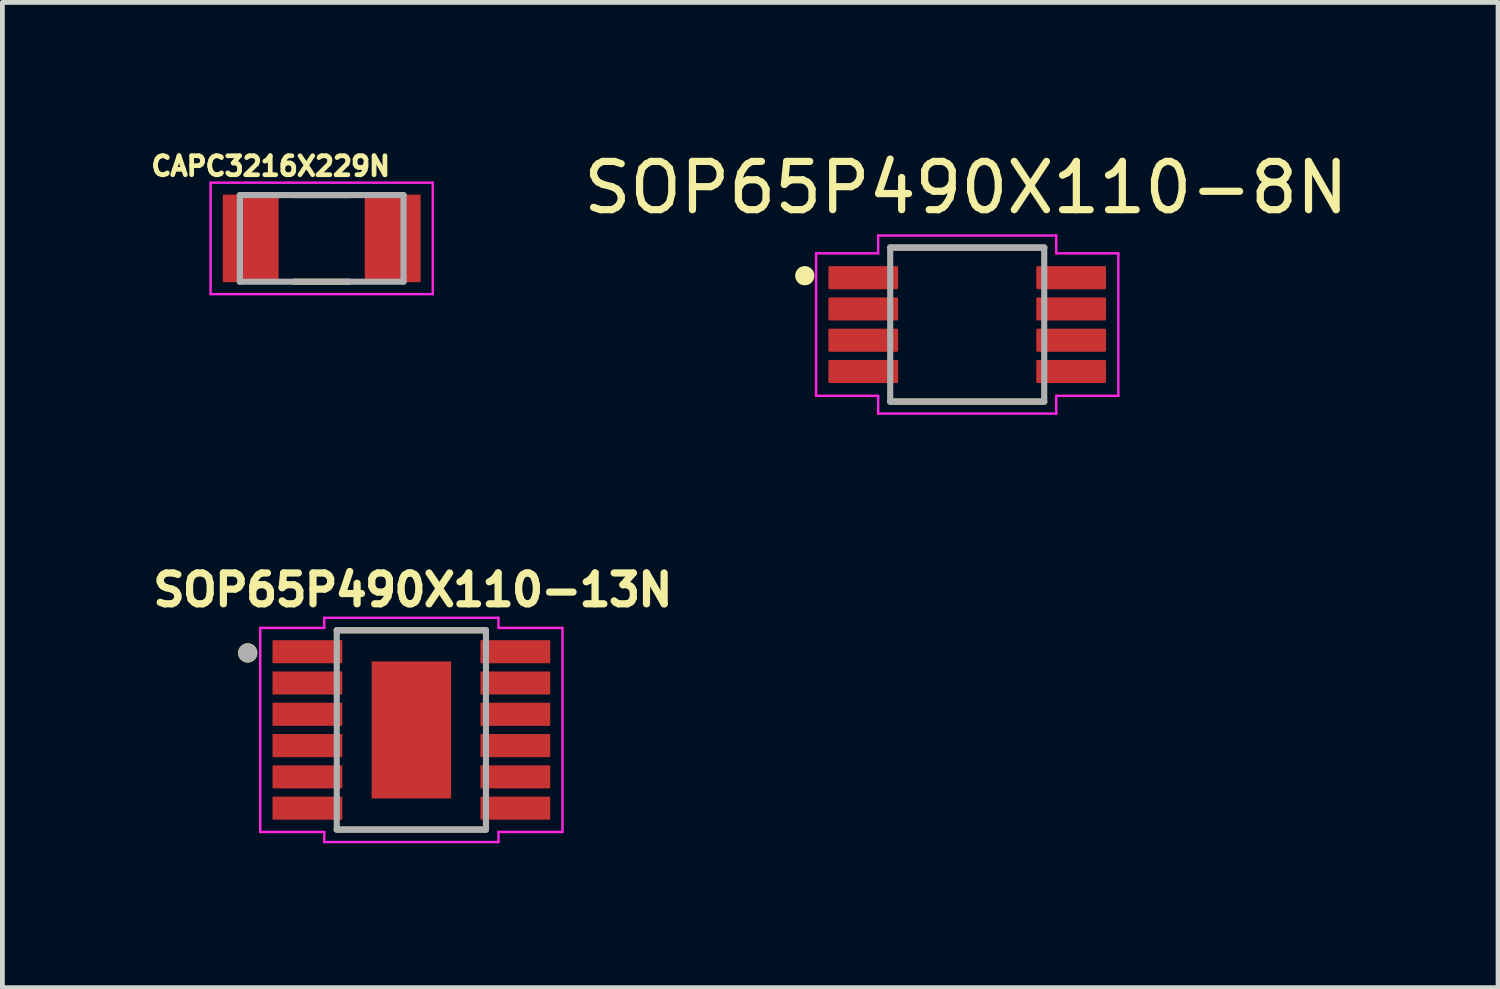
<source format=kicad_pcb>
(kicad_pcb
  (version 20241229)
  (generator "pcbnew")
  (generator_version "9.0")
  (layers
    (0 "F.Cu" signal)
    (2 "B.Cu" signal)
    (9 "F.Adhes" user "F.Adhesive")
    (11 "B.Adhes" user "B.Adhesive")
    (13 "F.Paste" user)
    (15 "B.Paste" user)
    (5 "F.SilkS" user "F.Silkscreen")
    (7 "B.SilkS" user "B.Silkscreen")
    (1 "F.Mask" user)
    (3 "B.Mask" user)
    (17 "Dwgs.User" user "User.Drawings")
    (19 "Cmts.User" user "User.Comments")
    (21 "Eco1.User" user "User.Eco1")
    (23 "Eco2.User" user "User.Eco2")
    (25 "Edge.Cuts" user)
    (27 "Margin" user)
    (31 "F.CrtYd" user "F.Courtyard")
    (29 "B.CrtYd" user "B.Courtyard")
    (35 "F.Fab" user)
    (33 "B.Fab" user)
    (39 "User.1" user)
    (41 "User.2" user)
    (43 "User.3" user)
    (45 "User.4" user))
  (footprint "SOP65P490X110-8N"
    (layer "F.Cu")
    (at 17.046 3.694)
    (property "Reference" "SOP65P490X110-8N" (at -0.025 -2.844 0) (layer "F.SilkS") (effects (font (size 1.003 1.003) (thickness 0.15))))
    (attr smd)
    (fp_line (start -1.6 1.6) (end 1.6 1.6) (stroke (width 0.127) (type solid)) (layer "F.SilkS"))
    (fp_line (start 1.6 -1.6) (end -1.6 -1.6) (stroke (width 0.127) (type solid)) (layer "F.SilkS"))
    (fp_circle (center -3.375 -1.016) (end -3.275 -1.016) (stroke (width 0.2) (type solid)) (fill no) (layer "F.SilkS"))
    (fp_line (start -3.14 -1.48) (end -1.85 -1.48) (stroke (width 0.05) (type solid)) (layer "F.CrtYd"))
    (fp_line (start -3.14 1.48) (end -3.14 -1.48) (stroke (width 0.05) (type solid)) (layer "F.CrtYd"))
    (fp_line (start -1.85 -1.85) (end 1.85 -1.85) (stroke (width 0.05) (type solid)) (layer "F.CrtYd"))
    (fp_line (start -1.85 -1.48) (end -1.85 -1.85) (stroke (width 0.05) (type solid)) (layer "F.CrtYd"))
    (fp_line (start -1.85 1.48) (end -3.14 1.48) (stroke (width 0.05) (type solid)) (layer "F.CrtYd"))
    (fp_line (start -1.85 1.85) (end -1.85 1.48) (stroke (width 0.05) (type solid)) (layer "F.CrtYd"))
    (fp_line (start 1.85 -1.85) (end 1.85 -1.48) (stroke (width 0.05) (type solid)) (layer "F.CrtYd"))
    (fp_line (start 1.85 -1.48) (end 3.14 -1.48) (stroke (width 0.05) (type solid)) (layer "F.CrtYd"))
    (fp_line (start 1.85 1.48) (end 1.85 1.85) (stroke (width 0.05) (type solid)) (layer "F.CrtYd"))
    (fp_line (start 1.85 1.85) (end -1.85 1.85) (stroke (width 0.05) (type solid)) (layer "F.CrtYd"))
    (fp_line (start 3.14 -1.48) (end 3.14 1.48) (stroke (width 0.05) (type solid)) (layer "F.CrtYd"))
    (fp_line (start 3.14 1.48) (end 1.85 1.48) (stroke (width 0.05) (type solid)) (layer "F.CrtYd"))
    (fp_line (start -1.6 -1.6) (end -1.6 1.6) (stroke (width 0.127) (type solid)) (layer "F.Fab"))
    (fp_line (start -1.6 1.6) (end 1.6 1.6) (stroke (width 0.127) (type solid)) (layer "F.Fab"))
    (fp_line (start 1.6 -1.6) (end -1.6 -1.6) (stroke (width 0.127) (type solid)) (layer "F.Fab"))
    (fp_line (start 1.6 1.6) (end 1.6 -1.6) (stroke (width 0.127) (type solid)) (layer "F.Fab"))
    (pad "1" smd roundrect (at -2.16 -0.975) (size 1.45 0.48) (layers "F.Cu" "F.Mask" "F.Paste") (roundrect_rratio 0.06))
    (pad "2" smd roundrect (at -2.16 -0.325) (size 1.45 0.48) (layers "F.Cu" "F.Mask" "F.Paste") (roundrect_rratio 0.06))
    (pad "3" smd roundrect (at -2.16 0.325) (size 1.45 0.48) (layers "F.Cu" "F.Mask" "F.Paste") (roundrect_rratio 0.06))
    (pad "4" smd roundrect (at -2.16 0.975) (size 1.45 0.48) (layers "F.Cu" "F.Mask" "F.Paste") (roundrect_rratio 0.06))
    (pad "5" smd roundrect (at 2.16 0.975) (size 1.45 0.48) (layers "F.Cu" "F.Mask" "F.Paste") (roundrect_rratio 0.06))
    (pad "6" smd roundrect (at 2.16 0.325) (size 1.45 0.48) (layers "F.Cu" "F.Mask" "F.Paste") (roundrect_rratio 0.06))
    (pad "7" smd roundrect (at 2.16 -0.325) (size 1.45 0.48) (layers "F.Cu" "F.Mask" "F.Paste") (roundrect_rratio 0.06))
    (pad "8" smd roundrect (at 2.16 -0.975) (size 1.45 0.48) (layers "F.Cu" "F.Mask" "F.Paste") (roundrect_rratio 0.06)))
  (footprint "SOP65P490X110-13N"
    (layer "F.Cu")
    (at 5.497 12.116)
    (property "Reference" "SOP65P490X110-13N" (at 0.032 -2.909 0) (layer "F.SilkS") (effects (font (size 0.641 0.641) (thickness 0.15))))
    (attr smd)
    (fp_line (start -1.55 2.07) (end 1.55 2.07) (stroke (width 0.127) (type solid)) (layer "F.SilkS"))
    (fp_line (start 1.55 -2.07) (end -1.55 -2.07) (stroke (width 0.127) (type solid)) (layer "F.SilkS"))
    (fp_circle (center -3.4 -1.6) (end -3.3 -1.6) (stroke (width 0.2) (type solid)) (fill no) (layer "F.SilkS"))
    (fp_poly (pts (xy -0.52 -0.9) (xy 0.52 -0.9) (xy 0.52 0.901) (xy -0.52 0.901)) (stroke (width 0.01) (type solid)) (fill yes) (layer "F.Paste"))
    (fp_line (start -3.14 -2.12) (end -1.81 -2.12) (stroke (width 0.05) (type solid)) (layer "F.CrtYd"))
    (fp_line (start -3.14 2.12) (end -3.14 -2.12) (stroke (width 0.05) (type solid)) (layer "F.CrtYd"))
    (fp_line (start -1.81 -2.33) (end 1.81 -2.33) (stroke (width 0.05) (type solid)) (layer "F.CrtYd"))
    (fp_line (start -1.81 -2.12) (end -1.81 -2.33) (stroke (width 0.05) (type solid)) (layer "F.CrtYd"))
    (fp_line (start -1.81 2.12) (end -3.14 2.12) (stroke (width 0.05) (type solid)) (layer "F.CrtYd"))
    (fp_line (start -1.81 2.33) (end -1.81 2.12) (stroke (width 0.05) (type solid)) (layer "F.CrtYd"))
    (fp_line (start 1.81 -2.33) (end 1.81 -2.12) (stroke (width 0.05) (type solid)) (layer "F.CrtYd"))
    (fp_line (start 1.81 -2.12) (end 3.14 -2.12) (stroke (width 0.05) (type solid)) (layer "F.CrtYd"))
    (fp_line (start 1.81 2.12) (end 1.81 2.33) (stroke (width 0.05) (type solid)) (layer "F.CrtYd"))
    (fp_line (start 1.81 2.33) (end -1.81 2.33) (stroke (width 0.05) (type solid)) (layer "F.CrtYd"))
    (fp_line (start 3.14 -2.12) (end 3.14 2.12) (stroke (width 0.05) (type solid)) (layer "F.CrtYd"))
    (fp_line (start 3.14 2.12) (end 1.81 2.12) (stroke (width 0.05) (type solid)) (layer "F.CrtYd"))
    (fp_line (start -1.55 -2.07) (end 1.55 -2.07) (stroke (width 0.127) (type solid)) (layer "F.Fab"))
    (fp_line (start -1.55 2.07) (end -1.55 -2.07) (stroke (width 0.127) (type solid)) (layer "F.Fab"))
    (fp_line (start 1.55 -2.07) (end 1.55 2.07) (stroke (width 0.127) (type solid)) (layer "F.Fab"))
    (fp_line (start 1.55 2.07) (end -1.55 2.07) (stroke (width 0.127) (type solid)) (layer "F.Fab"))
    (fp_circle (center -3.4 -1.6) (end -3.3 -1.6) (stroke (width 0.2) (type solid)) (fill no) (layer "F.Fab"))
    (pad "1" smd roundrect (at -2.16 -1.625) (size 1.45 0.48) (layers "F.Cu" "F.Mask" "F.Paste") (roundrect_rratio 0.03))
    (pad "2" smd roundrect (at -2.16 -0.975) (size 1.45 0.48) (layers "F.Cu" "F.Mask" "F.Paste") (roundrect_rratio 0.03))
    (pad "3" smd roundrect (at -2.16 -0.325) (size 1.45 0.48) (layers "F.Cu" "F.Mask" "F.Paste") (roundrect_rratio 0.03))
    (pad "4" smd roundrect (at -2.16 0.325) (size 1.45 0.48) (layers "F.Cu" "F.Mask" "F.Paste") (roundrect_rratio 0.03))
    (pad "5" smd roundrect (at -2.16 0.975) (size 1.45 0.48) (layers "F.Cu" "F.Mask" "F.Paste") (roundrect_rratio 0.03))
    (pad "6" smd roundrect (at -2.16 1.625) (size 1.45 0.48) (layers "F.Cu" "F.Mask" "F.Paste") (roundrect_rratio 0.03))
    (pad "7" smd roundrect (at 2.16 1.625) (size 1.45 0.48) (layers "F.Cu" "F.Mask" "F.Paste") (roundrect_rratio 0.03))
    (pad "8" smd roundrect (at 2.16 0.975) (size 1.45 0.48) (layers "F.Cu" "F.Mask" "F.Paste") (roundrect_rratio 0.03))
    (pad "9" smd roundrect (at 2.16 0.325) (size 1.45 0.48) (layers "F.Cu" "F.Mask" "F.Paste") (roundrect_rratio 0.03))
    (pad "10" smd roundrect (at 2.16 -0.325) (size 1.45 0.48) (layers "F.Cu" "F.Mask" "F.Paste") (roundrect_rratio 0.03))
    (pad "11" smd roundrect (at 2.16 -0.975) (size 1.45 0.48) (layers "F.Cu" "F.Mask" "F.Paste") (roundrect_rratio 0.03))
    (pad "12" smd roundrect (at 2.16 -1.625) (size 1.45 0.48) (layers "F.Cu" "F.Mask" "F.Paste") (roundrect_rratio 0.03))
    (pad "13" smd rect (at 0 0 90) (size 2.845 1.651) (layers "F.Cu" "F.Mask")))
  (footprint "CAPC3216X229N"
    (layer "F.Cu")
    (at 3.634 1.903)
    (property "Reference" "CAPC3216X229N" (at -1.06 -1.5 0) (layer "F.SilkS") (effects (font (size 0.394 0.394) (thickness 0.15))))
    (attr smd)
    (fp_line (start -0.57 -0.9) (end 0.57 -0.9) (stroke (width 0.127) (type solid)) (layer "F.SilkS"))
    (fp_line (start -0.57 0.9) (end 0.57 0.9) (stroke (width 0.127) (type solid)) (layer "F.SilkS"))
    (fp_line (start -2.308 -1.158) (end 2.308 -1.158) (stroke (width 0.05) (type solid)) (layer "F.CrtYd"))
    (fp_line (start -2.308 1.158) (end -2.308 -1.158) (stroke (width 0.05) (type solid)) (layer "F.CrtYd"))
    (fp_line (start -2.308 1.158) (end 2.308 1.158) (stroke (width 0.05) (type solid)) (layer "F.CrtYd"))
    (fp_line (start 2.308 1.158) (end 2.308 -1.158) (stroke (width 0.05) (type solid)) (layer "F.CrtYd"))
    (fp_line (start -1.7 0.9) (end -1.7 -0.9) (stroke (width 0.127) (type solid)) (layer "F.Fab"))
    (fp_line (start 1.7 -0.9) (end -1.7 -0.9) (stroke (width 0.127) (type solid)) (layer "F.Fab"))
    (fp_line (start 1.7 0.9) (end -1.7 0.9) (stroke (width 0.127) (type solid)) (layer "F.Fab"))
    (fp_line (start 1.7 0.9) (end 1.7 -0.9) (stroke (width 0.127) (type solid)) (layer "F.Fab"))
    (pad "1" smd rect (at -1.475 0) (size 1.16 1.82) (layers "F.Cu" "F.Mask" "F.Paste"))
    (pad "2" smd rect (at 1.475 0) (size 1.16 1.82) (layers "F.Cu" "F.Mask" "F.Paste")))
  (gr_rect
    (start -3 -3)
    (end 28.076 17.471)
    (stroke (width 0.1) (type default))
    (fill no)
    (layer "Edge.Cuts")))
</source>
